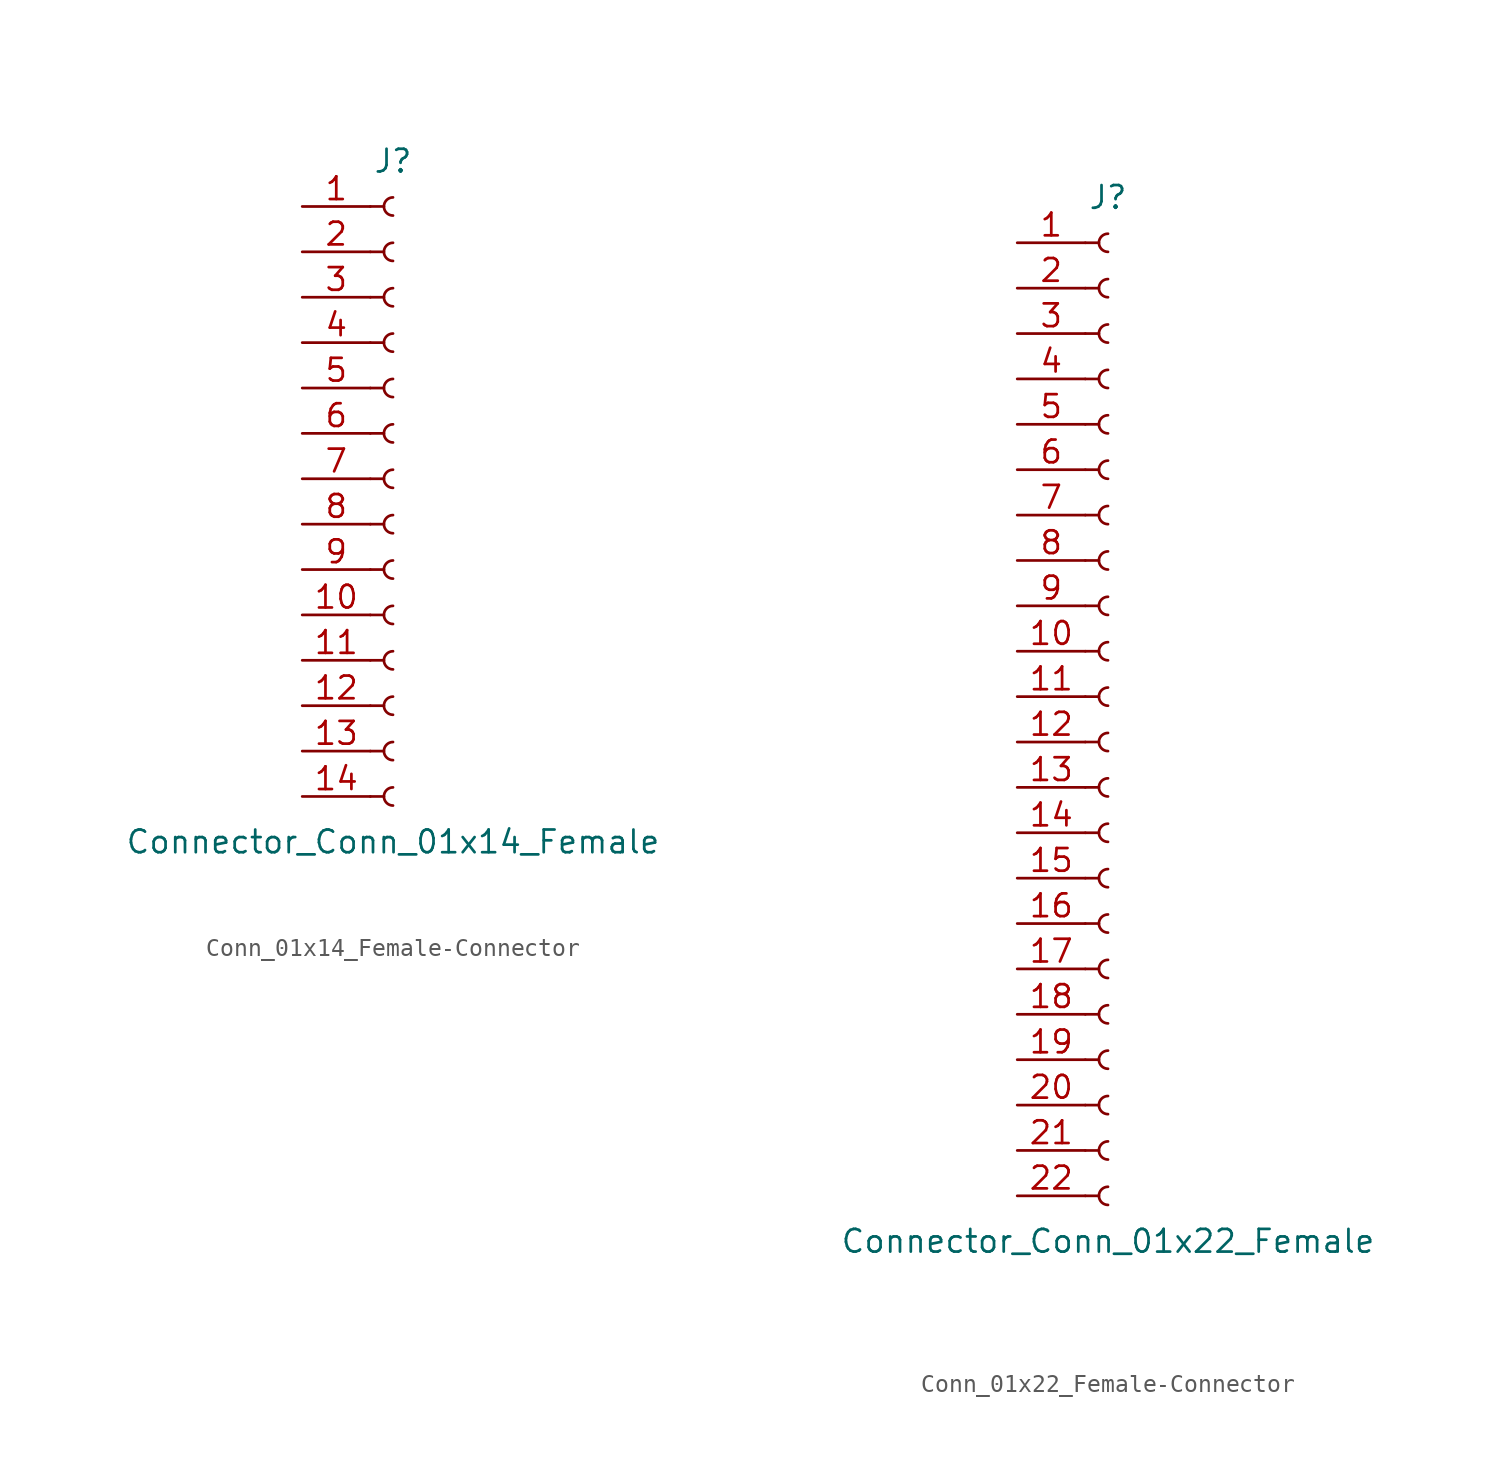
<source format=kicad_sym>
(kicad_symbol_lib
  (version 20220914)
  (generator kicad_symbol_editor)
  (symbol "Conn_01x14_Female-Connector"
    (pin_names
      (offset 1.016) hide)
    (property "Reference" "J"
      (at 0 17.78 0)
      (effects (font (size 1.27 1.27))))
    (property "Value" "Connector_Conn_01x14_Female"
      (at 0 -20.32 0)
      (effects (font (size 1.27 1.27))))
    (symbol "Conn_01x14_Female-Connector_1_1"
      (arc (start 0 -17.272) (mid -0.5058 -17.78) (end 0 -18.288) (stroke (width 0.1524) (type solid)) (fill (type none)))
      (arc (start 0 -14.732) (mid -0.5058 -15.24) (end 0 -15.748) (stroke (width 0.1524) (type solid)) (fill (type none)))
      (arc (start 0 -12.192) (mid -0.5058 -12.7) (end 0 -13.208) (stroke (width 0.1524) (type solid)) (fill (type none)))
      (arc (start 0 -9.652) (mid -0.5058 -10.16) (end 0 -10.668) (stroke (width 0.1524) (type solid)) (fill (type none)))
      (arc (start 0 -7.112) (mid -0.5058 -7.62) (end 0 -8.128) (stroke (width 0.1524) (type solid)) (fill (type none)))
      (arc (start 0 -4.572) (mid -0.5058 -5.08) (end 0 -5.588) (stroke (width 0.1524) (type solid)) (fill (type none)))
      (arc (start 0 -2.032) (mid -0.5058 -2.54) (end 0 -3.048) (stroke (width 0.1524) (type solid)) (fill (type none)))
      (polyline (pts (xy -1.27 -17.78) (xy -0.508 -17.78)) (stroke (width 0.152) (type solid)) (fill (type none)))
      (polyline (pts (xy -1.27 -15.24) (xy -0.508 -15.24)) (stroke (width 0.152) (type solid)) (fill (type none)))
      (polyline (pts (xy -1.27 -12.7) (xy -0.508 -12.7)) (stroke (width 0.152) (type solid)) (fill (type none)))
      (polyline (pts (xy -1.27 -10.16) (xy -0.508 -10.16)) (stroke (width 0.152) (type solid)) (fill (type none)))
      (polyline (pts (xy -1.27 -7.62) (xy -0.508 -7.62)) (stroke (width 0.152) (type solid)) (fill (type none)))
      (polyline (pts (xy -1.27 -5.08) (xy -0.508 -5.08)) (stroke (width 0.152) (type solid)) (fill (type none)))
      (polyline (pts (xy -1.27 -2.54) (xy -0.508 -2.54)) (stroke (width 0.152) (type solid)) (fill (type none)))
      (polyline (pts (xy -1.27 0) (xy -0.508 0)) (stroke (width 0.152) (type solid)) (fill (type none)))
      (polyline (pts (xy -1.27 2.54) (xy -0.508 2.54)) (stroke (width 0.152) (type solid)) (fill (type none)))
      (polyline (pts (xy -1.27 5.08) (xy -0.508 5.08)) (stroke (width 0.152) (type solid)) (fill (type none)))
      (polyline (pts (xy -1.27 7.62) (xy -0.508 7.62)) (stroke (width 0.152) (type solid)) (fill (type none)))
      (polyline (pts (xy -1.27 10.16) (xy -0.508 10.16)) (stroke (width 0.152) (type solid)) (fill (type none)))
      (polyline (pts (xy -1.27 12.7) (xy -0.508 12.7)) (stroke (width 0.152) (type solid)) (fill (type none)))
      (polyline (pts (xy -1.27 15.24) (xy -0.508 15.24)) (stroke (width 0.152) (type solid)) (fill (type none)))
      (arc (start 0 0.508) (mid -0.5058 0) (end 0 -0.508) (stroke (width 0.1524) (type solid)) (fill (type none)))
      (arc (start 0 3.048) (mid -0.5058 2.54) (end 0 2.032) (stroke (width 0.1524) (type solid)) (fill (type none)))
      (arc (start 0 5.588) (mid -0.5058 5.08) (end 0 4.572) (stroke (width 0.1524) (type solid)) (fill (type none)))
      (arc (start 0 8.128) (mid -0.5058 7.62) (end 0 7.112) (stroke (width 0.1524) (type solid)) (fill (type none)))
      (arc (start 0 10.668) (mid -0.5058 10.16) (end 0 9.652) (stroke (width 0.1524) (type solid)) (fill (type none)))
      (arc (start 0 13.208) (mid -0.5058 12.7) (end 0 12.192) (stroke (width 0.1524) (type solid)) (fill (type none)))
      (arc (start 0 15.748) (mid -0.5058 15.24) (end 0 14.732) (stroke (width 0.1524) (type solid)) (fill (type none)))
      (pin passive line (at -5.08 15.24 0) (length 3.81) (name "Pin_1" (effects (font (size 1.27 1.27)))) (number "1" (effects (font (size 1.27 1.27)))))
      (pin passive line (at -5.08 -7.62 0) (length 3.81) (name "Pin_10" (effects (font (size 1.27 1.27)))) (number "10" (effects (font (size 1.27 1.27)))))
      (pin passive line (at -5.08 -10.16 0) (length 3.81) (name "Pin_11" (effects (font (size 1.27 1.27)))) (number "11" (effects (font (size 1.27 1.27)))))
      (pin passive line (at -5.08 -12.7 0) (length 3.81) (name "Pin_12" (effects (font (size 1.27 1.27)))) (number "12" (effects (font (size 1.27 1.27)))))
      (pin passive line (at -5.08 -15.24 0) (length 3.81) (name "Pin_13" (effects (font (size 1.27 1.27)))) (number "13" (effects (font (size 1.27 1.27)))))
      (pin passive line (at -5.08 -17.78 0) (length 3.81) (name "Pin_14" (effects (font (size 1.27 1.27)))) (number "14" (effects (font (size 1.27 1.27)))))
      (pin passive line (at -5.08 12.7 0) (length 3.81) (name "Pin_2" (effects (font (size 1.27 1.27)))) (number "2" (effects (font (size 1.27 1.27)))))
      (pin passive line (at -5.08 10.16 0) (length 3.81) (name "Pin_3" (effects (font (size 1.27 1.27)))) (number "3" (effects (font (size 1.27 1.27)))))
      (pin passive line (at -5.08 7.62 0) (length 3.81) (name "Pin_4" (effects (font (size 1.27 1.27)))) (number "4" (effects (font (size 1.27 1.27)))))
      (pin passive line (at -5.08 5.08 0) (length 3.81) (name "Pin_5" (effects (font (size 1.27 1.27)))) (number "5" (effects (font (size 1.27 1.27)))))
      (pin passive line (at -5.08 2.54 0) (length 3.81) (name "Pin_6" (effects (font (size 1.27 1.27)))) (number "6" (effects (font (size 1.27 1.27)))))
      (pin passive line (at -5.08 0 0) (length 3.81) (name "Pin_7" (effects (font (size 1.27 1.27)))) (number "7" (effects (font (size 1.27 1.27)))))
      (pin passive line (at -5.08 -2.54 0) (length 3.81) (name "Pin_8" (effects (font (size 1.27 1.27)))) (number "8" (effects (font (size 1.27 1.27)))))
      (pin passive line (at -5.08 -5.08 0) (length 3.81) (name "Pin_9" (effects (font (size 1.27 1.27)))) (number "9" (effects (font (size 1.27 1.27)))))))
  (symbol "Conn_01x22_Female-Connector"
    (pin_names
      (offset 1.016) hide)
    (property "Reference" "J"
      (at 0 27.94 0)
      (effects (font (size 1.27 1.27))))
    (property "Value" "Connector_Conn_01x22_Female"
      (at 0 -30.48 0)
      (effects (font (size 1.27 1.27))))
    (symbol "Conn_01x22_Female-Connector_1_1"
      (arc (start 0 -27.432) (mid -0.5058 -27.94) (end 0 -28.448) (stroke (width 0.1524) (type solid)) (fill (type none)))
      (arc (start 0 -24.892) (mid -0.5058 -25.4) (end 0 -25.908) (stroke (width 0.1524) (type solid)) (fill (type none)))
      (arc (start 0 -22.352) (mid -0.5058 -22.86) (end 0 -23.368) (stroke (width 0.1524) (type solid)) (fill (type none)))
      (arc (start 0 -19.812) (mid -0.5058 -20.32) (end 0 -20.828) (stroke (width 0.1524) (type solid)) (fill (type none)))
      (arc (start 0 -17.272) (mid -0.5058 -17.78) (end 0 -18.288) (stroke (width 0.1524) (type solid)) (fill (type none)))
      (arc (start 0 -14.732) (mid -0.5058 -15.24) (end 0 -15.748) (stroke (width 0.1524) (type solid)) (fill (type none)))
      (arc (start 0 -12.192) (mid -0.5058 -12.7) (end 0 -13.208) (stroke (width 0.1524) (type solid)) (fill (type none)))
      (arc (start 0 -9.652) (mid -0.5058 -10.16) (end 0 -10.668) (stroke (width 0.1524) (type solid)) (fill (type none)))
      (arc (start 0 -7.112) (mid -0.5058 -7.62) (end 0 -8.128) (stroke (width 0.1524) (type solid)) (fill (type none)))
      (arc (start 0 -4.572) (mid -0.5058 -5.08) (end 0 -5.588) (stroke (width 0.1524) (type solid)) (fill (type none)))
      (arc (start 0 -2.032) (mid -0.5058 -2.54) (end 0 -3.048) (stroke (width 0.1524) (type solid)) (fill (type none)))
      (polyline (pts (xy -1.27 -27.94) (xy -0.508 -27.94)) (stroke (width 0.152) (type solid)) (fill (type none)))
      (polyline (pts (xy -1.27 -25.4) (xy -0.508 -25.4)) (stroke (width 0.152) (type solid)) (fill (type none)))
      (polyline (pts (xy -1.27 -22.86) (xy -0.508 -22.86)) (stroke (width 0.152) (type solid)) (fill (type none)))
      (polyline (pts (xy -1.27 -20.32) (xy -0.508 -20.32)) (stroke (width 0.152) (type solid)) (fill (type none)))
      (polyline (pts (xy -1.27 -17.78) (xy -0.508 -17.78)) (stroke (width 0.152) (type solid)) (fill (type none)))
      (polyline (pts (xy -1.27 -15.24) (xy -0.508 -15.24)) (stroke (width 0.152) (type solid)) (fill (type none)))
      (polyline (pts (xy -1.27 -12.7) (xy -0.508 -12.7)) (stroke (width 0.152) (type solid)) (fill (type none)))
      (polyline (pts (xy -1.27 -10.16) (xy -0.508 -10.16)) (stroke (width 0.152) (type solid)) (fill (type none)))
      (polyline (pts (xy -1.27 -7.62) (xy -0.508 -7.62)) (stroke (width 0.152) (type solid)) (fill (type none)))
      (polyline (pts (xy -1.27 -5.08) (xy -0.508 -5.08)) (stroke (width 0.152) (type solid)) (fill (type none)))
      (polyline (pts (xy -1.27 -2.54) (xy -0.508 -2.54)) (stroke (width 0.152) (type solid)) (fill (type none)))
      (polyline (pts (xy -1.27 0) (xy -0.508 0)) (stroke (width 0.152) (type solid)) (fill (type none)))
      (polyline (pts (xy -1.27 2.54) (xy -0.508 2.54)) (stroke (width 0.152) (type solid)) (fill (type none)))
      (polyline (pts (xy -1.27 5.08) (xy -0.508 5.08)) (stroke (width 0.152) (type solid)) (fill (type none)))
      (polyline (pts (xy -1.27 7.62) (xy -0.508 7.62)) (stroke (width 0.152) (type solid)) (fill (type none)))
      (polyline (pts (xy -1.27 10.16) (xy -0.508 10.16)) (stroke (width 0.152) (type solid)) (fill (type none)))
      (polyline (pts (xy -1.27 12.7) (xy -0.508 12.7)) (stroke (width 0.152) (type solid)) (fill (type none)))
      (polyline (pts (xy -1.27 15.24) (xy -0.508 15.24)) (stroke (width 0.152) (type solid)) (fill (type none)))
      (polyline (pts (xy -1.27 17.78) (xy -0.508 17.78)) (stroke (width 0.152) (type solid)) (fill (type none)))
      (polyline (pts (xy -1.27 20.32) (xy -0.508 20.32)) (stroke (width 0.152) (type solid)) (fill (type none)))
      (polyline (pts (xy -1.27 22.86) (xy -0.508 22.86)) (stroke (width 0.152) (type solid)) (fill (type none)))
      (polyline (pts (xy -1.27 25.4) (xy -0.508 25.4)) (stroke (width 0.152) (type solid)) (fill (type none)))
      (arc (start 0 0.508) (mid -0.5058 0) (end 0 -0.508) (stroke (width 0.1524) (type solid)) (fill (type none)))
      (arc (start 0 3.048) (mid -0.5058 2.54) (end 0 2.032) (stroke (width 0.1524) (type solid)) (fill (type none)))
      (arc (start 0 5.588) (mid -0.5058 5.08) (end 0 4.572) (stroke (width 0.1524) (type solid)) (fill (type none)))
      (arc (start 0 8.128) (mid -0.5058 7.62) (end 0 7.112) (stroke (width 0.1524) (type solid)) (fill (type none)))
      (arc (start 0 10.668) (mid -0.5058 10.16) (end 0 9.652) (stroke (width 0.1524) (type solid)) (fill (type none)))
      (arc (start 0 13.208) (mid -0.5058 12.7) (end 0 12.192) (stroke (width 0.1524) (type solid)) (fill (type none)))
      (arc (start 0 15.748) (mid -0.5058 15.24) (end 0 14.732) (stroke (width 0.1524) (type solid)) (fill (type none)))
      (arc (start 0 18.288) (mid -0.5058 17.78) (end 0 17.272) (stroke (width 0.1524) (type solid)) (fill (type none)))
      (arc (start 0 20.828) (mid -0.5058 20.32) (end 0 19.812) (stroke (width 0.1524) (type solid)) (fill (type none)))
      (arc (start 0 23.368) (mid -0.5058 22.86) (end 0 22.352) (stroke (width 0.1524) (type solid)) (fill (type none)))
      (arc (start 0 25.908) (mid -0.5058 25.4) (end 0 24.892) (stroke (width 0.1524) (type solid)) (fill (type none)))
      (pin passive line (at -5.08 25.4 0) (length 3.81) (name "Pin_1" (effects (font (size 1.27 1.27)))) (number "1" (effects (font (size 1.27 1.27)))))
      (pin passive line (at -5.08 2.54 0) (length 3.81) (name "Pin_10" (effects (font (size 1.27 1.27)))) (number "10" (effects (font (size 1.27 1.27)))))
      (pin passive line (at -5.08 0 0) (length 3.81) (name "Pin_11" (effects (font (size 1.27 1.27)))) (number "11" (effects (font (size 1.27 1.27)))))
      (pin passive line (at -5.08 -2.54 0) (length 3.81) (name "Pin_12" (effects (font (size 1.27 1.27)))) (number "12" (effects (font (size 1.27 1.27)))))
      (pin passive line (at -5.08 -5.08 0) (length 3.81) (name "Pin_13" (effects (font (size 1.27 1.27)))) (number "13" (effects (font (size 1.27 1.27)))))
      (pin passive line (at -5.08 -7.62 0) (length 3.81) (name "Pin_14" (effects (font (size 1.27 1.27)))) (number "14" (effects (font (size 1.27 1.27)))))
      (pin passive line (at -5.08 -10.16 0) (length 3.81) (name "Pin_15" (effects (font (size 1.27 1.27)))) (number "15" (effects (font (size 1.27 1.27)))))
      (pin passive line (at -5.08 -12.7 0) (length 3.81) (name "Pin_16" (effects (font (size 1.27 1.27)))) (number "16" (effects (font (size 1.27 1.27)))))
      (pin passive line (at -5.08 -15.24 0) (length 3.81) (name "Pin_17" (effects (font (size 1.27 1.27)))) (number "17" (effects (font (size 1.27 1.27)))))
      (pin passive line (at -5.08 -17.78 0) (length 3.81) (name "Pin_18" (effects (font (size 1.27 1.27)))) (number "18" (effects (font (size 1.27 1.27)))))
      (pin passive line (at -5.08 -20.32 0) (length 3.81) (name "Pin_19" (effects (font (size 1.27 1.27)))) (number "19" (effects (font (size 1.27 1.27)))))
      (pin passive line (at -5.08 22.86 0) (length 3.81) (name "Pin_2" (effects (font (size 1.27 1.27)))) (number "2" (effects (font (size 1.27 1.27)))))
      (pin passive line (at -5.08 -22.86 0) (length 3.81) (name "Pin_20" (effects (font (size 1.27 1.27)))) (number "20" (effects (font (size 1.27 1.27)))))
      (pin passive line (at -5.08 -25.4 0) (length 3.81) (name "Pin_21" (effects (font (size 1.27 1.27)))) (number "21" (effects (font (size 1.27 1.27)))))
      (pin passive line (at -5.08 -27.94 0) (length 3.81) (name "Pin_22" (effects (font (size 1.27 1.27)))) (number "22" (effects (font (size 1.27 1.27)))))
      (pin passive line (at -5.08 20.32 0) (length 3.81) (name "Pin_3" (effects (font (size 1.27 1.27)))) (number "3" (effects (font (size 1.27 1.27)))))
      (pin passive line (at -5.08 17.78 0) (length 3.81) (name "Pin_4" (effects (font (size 1.27 1.27)))) (number "4" (effects (font (size 1.27 1.27)))))
      (pin passive line (at -5.08 15.24 0) (length 3.81) (name "Pin_5" (effects (font (size 1.27 1.27)))) (number "5" (effects (font (size 1.27 1.27)))))
      (pin passive line (at -5.08 12.7 0) (length 3.81) (name "Pin_6" (effects (font (size 1.27 1.27)))) (number "6" (effects (font (size 1.27 1.27)))))
      (pin passive line (at -5.08 10.16 0) (length 3.81) (name "Pin_7" (effects (font (size 1.27 1.27)))) (number "7" (effects (font (size 1.27 1.27)))))
      (pin passive line (at -5.08 7.62 0) (length 3.81) (name "Pin_8" (effects (font (size 1.27 1.27)))) (number "8" (effects (font (size 1.27 1.27)))))
      (pin passive line (at -5.08 5.08 0) (length 3.81) (name "Pin_9" (effects (font (size 1.27 1.27)))) (number "9" (effects (font (size 1.27 1.27))))))))
</source>
